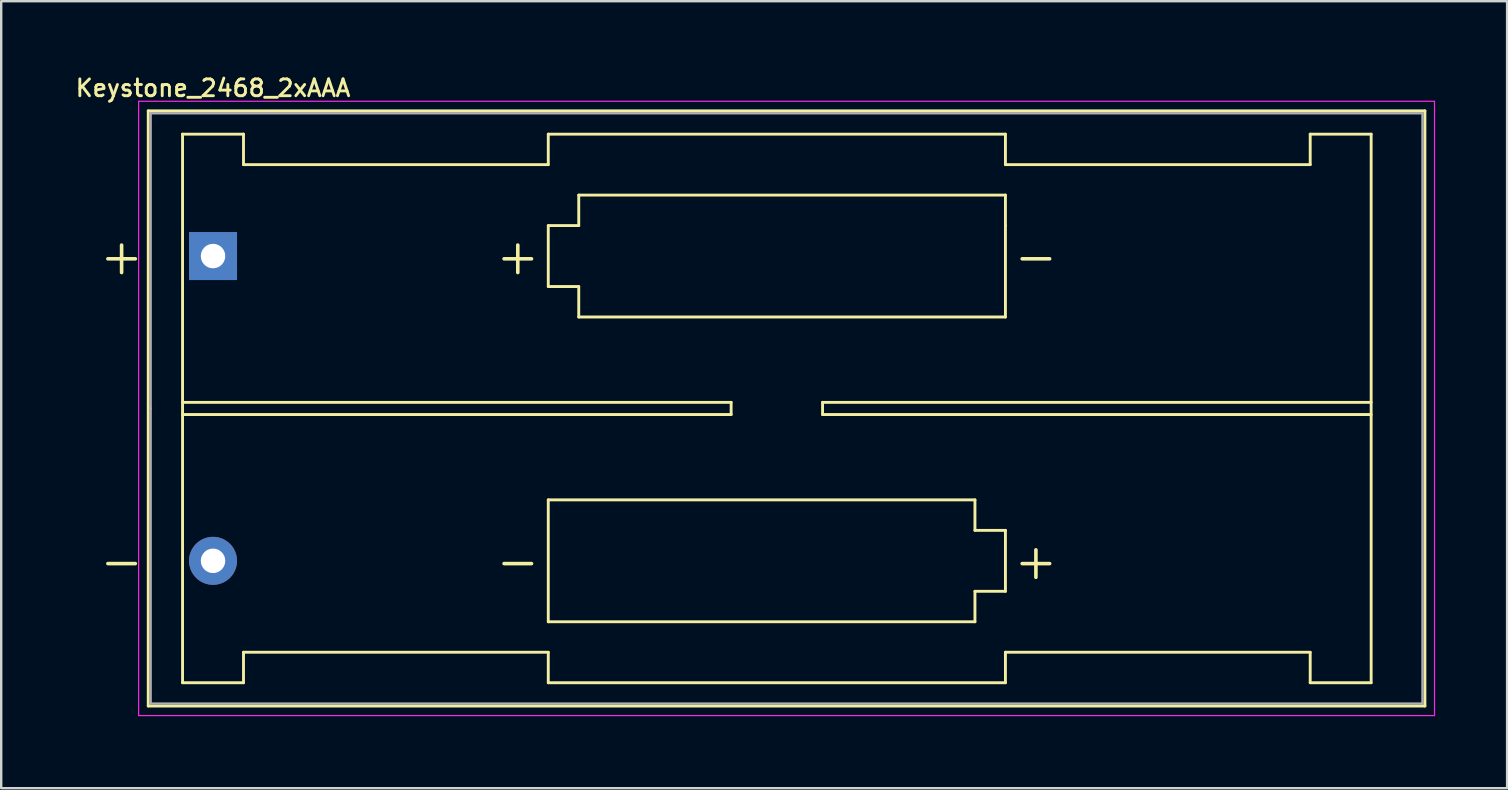
<source format=kicad_pcb>
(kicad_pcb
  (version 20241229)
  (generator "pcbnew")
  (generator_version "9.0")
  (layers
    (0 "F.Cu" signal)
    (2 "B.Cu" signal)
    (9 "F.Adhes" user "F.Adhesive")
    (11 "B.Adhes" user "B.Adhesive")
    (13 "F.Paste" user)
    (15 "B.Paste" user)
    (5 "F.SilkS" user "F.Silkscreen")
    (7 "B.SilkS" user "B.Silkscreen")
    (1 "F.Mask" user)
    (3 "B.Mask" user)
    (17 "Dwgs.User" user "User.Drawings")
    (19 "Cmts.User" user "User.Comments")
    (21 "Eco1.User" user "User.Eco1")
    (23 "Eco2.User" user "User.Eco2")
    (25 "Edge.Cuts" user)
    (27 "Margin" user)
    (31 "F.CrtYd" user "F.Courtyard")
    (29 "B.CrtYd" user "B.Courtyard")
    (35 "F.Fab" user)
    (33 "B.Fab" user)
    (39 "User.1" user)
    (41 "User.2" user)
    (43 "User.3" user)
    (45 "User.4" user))
  (footprint "Keystone_2468_2xAAA"
    (layer "F.Cu")
    (at 5.827 7.62)
    (property "Reference" "Keystone_2468_2xAAA" (at 0 -7 180) (layer "F.SilkS") (effects (font (size 0.7 0.7) (thickness 0.12))))
    (attr through_hole)
    (fp_line (start -2.7 -6.05) (end -2.7 18.75) (stroke (width 0.12) (type solid)) (layer "F.SilkS"))
    (fp_line (start -2.7 18.75) (end 50.5 18.75) (stroke (width 0.12) (type solid)) (layer "F.SilkS"))
    (fp_line (start -1.27 -5.08) (end -1.27 17.78) (stroke (width 0.12) (type solid)) (layer "F.SilkS"))
    (fp_line (start -1.27 6.096) (end 21.59 6.096) (stroke (width 0.12) (type solid)) (layer "F.SilkS"))
    (fp_line (start -1.27 17.78) (end 1.27 17.78) (stroke (width 0.12) (type solid)) (layer "F.SilkS"))
    (fp_line (start 1.27 -5.08) (end -1.27 -5.08) (stroke (width 0.12) (type solid)) (layer "F.SilkS"))
    (fp_line (start 1.27 -3.81) (end 1.27 -5.08) (stroke (width 0.12) (type solid)) (layer "F.SilkS"))
    (fp_line (start 1.27 -3.81) (end 13.97 -3.81) (stroke (width 0.12) (type solid)) (layer "F.SilkS"))
    (fp_line (start 1.27 16.51) (end 13.97 16.51) (stroke (width 0.12) (type solid)) (layer "F.SilkS"))
    (fp_line (start 1.27 17.78) (end 1.27 16.51) (stroke (width 0.12) (type solid)) (layer "F.SilkS"))
    (fp_line (start 13.97 -5.08) (end 13.97 -3.81) (stroke (width 0.12) (type solid)) (layer "F.SilkS"))
    (fp_line (start 13.97 -1.27) (end 15.24 -1.27) (stroke (width 0.12) (type solid)) (layer "F.SilkS"))
    (fp_line (start 13.97 1.27) (end 13.97 -1.27) (stroke (width 0.12) (type solid)) (layer "F.SilkS"))
    (fp_line (start 13.97 10.16) (end 31.75 10.16) (stroke (width 0.12) (type solid)) (layer "F.SilkS"))
    (fp_line (start 13.97 15.24) (end 13.97 10.16) (stroke (width 0.12) (type solid)) (layer "F.SilkS"))
    (fp_line (start 13.97 16.51) (end 13.97 17.78) (stroke (width 0.12) (type solid)) (layer "F.SilkS"))
    (fp_line (start 13.97 17.78) (end 33.02 17.78) (stroke (width 0.12) (type solid)) (layer "F.SilkS"))
    (fp_line (start 15.24 -2.54) (end 33.02 -2.54) (stroke (width 0.12) (type solid)) (layer "F.SilkS"))
    (fp_line (start 15.24 -1.27) (end 15.24 -2.54) (stroke (width 0.12) (type solid)) (layer "F.SilkS"))
    (fp_line (start 15.24 1.27) (end 13.97 1.27) (stroke (width 0.12) (type solid)) (layer "F.SilkS"))
    (fp_line (start 15.24 2.54) (end 15.24 1.27) (stroke (width 0.12) (type solid)) (layer "F.SilkS"))
    (fp_line (start 21.59 6.096) (end 21.59 6.604) (stroke (width 0.12) (type solid)) (layer "F.SilkS"))
    (fp_line (start 21.59 6.604) (end -1.27 6.604) (stroke (width 0.12) (type solid)) (layer "F.SilkS"))
    (fp_line (start 25.4 6.096) (end 25.4 6.604) (stroke (width 0.12) (type solid)) (layer "F.SilkS"))
    (fp_line (start 25.4 6.604) (end 48.26 6.604) (stroke (width 0.12) (type solid)) (layer "F.SilkS"))
    (fp_line (start 31.75 10.16) (end 31.75 11.43) (stroke (width 0.12) (type solid)) (layer "F.SilkS"))
    (fp_line (start 31.75 11.43) (end 33.02 11.43) (stroke (width 0.12) (type solid)) (layer "F.SilkS"))
    (fp_line (start 31.75 13.97) (end 31.75 15.24) (stroke (width 0.12) (type solid)) (layer "F.SilkS"))
    (fp_line (start 31.75 15.24) (end 13.97 15.24) (stroke (width 0.12) (type solid)) (layer "F.SilkS"))
    (fp_line (start 33.02 -5.08) (end 13.97 -5.08) (stroke (width 0.12) (type solid)) (layer "F.SilkS"))
    (fp_line (start 33.02 -3.81) (end 33.02 -5.08) (stroke (width 0.12) (type solid)) (layer "F.SilkS"))
    (fp_line (start 33.02 -2.54) (end 33.02 -1.27) (stroke (width 0.12) (type solid)) (layer "F.SilkS"))
    (fp_line (start 33.02 -1.27) (end 33.02 2.54) (stroke (width 0.12) (type solid)) (layer "F.SilkS"))
    (fp_line (start 33.02 2.54) (end 15.24 2.54) (stroke (width 0.12) (type solid)) (layer "F.SilkS"))
    (fp_line (start 33.02 11.43) (end 33.02 13.97) (stroke (width 0.12) (type solid)) (layer "F.SilkS"))
    (fp_line (start 33.02 13.97) (end 31.75 13.97) (stroke (width 0.12) (type solid)) (layer "F.SilkS"))
    (fp_line (start 33.02 17.78) (end 33.02 16.51) (stroke (width 0.12) (type solid)) (layer "F.SilkS"))
    (fp_line (start 45.72 -5.08) (end 45.72 -3.81) (stroke (width 0.12) (type solid)) (layer "F.SilkS"))
    (fp_line (start 45.72 -3.81) (end 33.02 -3.81) (stroke (width 0.12) (type solid)) (layer "F.SilkS"))
    (fp_line (start 45.72 16.51) (end 33.02 16.51) (stroke (width 0.12) (type solid)) (layer "F.SilkS"))
    (fp_line (start 45.72 17.78) (end 45.72 16.51) (stroke (width 0.12) (type solid)) (layer "F.SilkS"))
    (fp_line (start 48.26 -5.08) (end 45.72 -5.08) (stroke (width 0.12) (type solid)) (layer "F.SilkS"))
    (fp_line (start 48.26 -5.08) (end 48.26 17.78) (stroke (width 0.12) (type solid)) (layer "F.SilkS"))
    (fp_line (start 48.26 6.096) (end 25.4 6.096) (stroke (width 0.12) (type solid)) (layer "F.SilkS"))
    (fp_line (start 48.26 17.78) (end 45.72 17.78) (stroke (width 0.12) (type solid)) (layer "F.SilkS"))
    (fp_line (start 50.5 -6.05) (end -2.7 -6.05) (stroke (width 0.12) (type solid)) (layer "F.SilkS"))
    (fp_line (start 50.5 18.75) (end 50.5 -6.05) (stroke (width 0.12) (type solid)) (layer "F.SilkS"))
    (fp_line (start -3.1 -6.45) (end -3.1 19.15) (stroke (width 0.05) (type solid)) (layer "F.CrtYd"))
    (fp_line (start -3.1 19.15) (end 50.9 19.15) (stroke (width 0.05) (type solid)) (layer "F.CrtYd"))
    (fp_line (start 50.9 -6.45) (end -3.1 -6.45) (stroke (width 0.05) (type solid)) (layer "F.CrtYd"))
    (fp_line (start 50.9 19.15) (end 50.9 -6.45) (stroke (width 0.05) (type solid)) (layer "F.CrtYd"))
    (fp_line (start -2.6 -5.95) (end 50.4 -5.95) (stroke (width 0.1) (type solid)) (layer "F.Fab"))
    (fp_line (start -2.6 6.35) (end -2.6 -5.95) (stroke (width 0.1) (type solid)) (layer "F.Fab"))
    (fp_line (start -2.6 18.65) (end -2.6 6.35) (stroke (width 0.1) (type solid)) (layer "F.Fab"))
    (fp_line (start -2.6 18.65) (end 50.4 18.65) (stroke (width 0.1) (type solid)) (layer "F.Fab"))
    (fp_line (start 50.4 18.65) (end 50.4 -5.95) (stroke (width 0.1) (type solid)) (layer "F.Fab"))
    (fp_text user "-" (at 34.29 0 0) (layer "F.SilkS") (effects (font (size 1.5 1.5) (thickness 0.15))))
    (fp_text user "-" (at -3.81 12.7 0) (layer "F.SilkS") (effects (font (size 1.5 1.5) (thickness 0.15))))
    (fp_text user "+" (at -3.81 0 0) (layer "F.SilkS") (effects (font (size 1.5 1.5) (thickness 0.15))))
    (fp_text user "-" (at 12.7 12.7 0) (layer "F.SilkS") (effects (font (size 1.5 1.5) (thickness 0.15))))
    (fp_text user "+" (at 34.29 12.7 0) (layer "F.SilkS") (effects (font (size 1.5 1.5) (thickness 0.15))))
    (fp_text user "+" (at 12.7 0 0) (layer "F.SilkS") (effects (font (size 1.5 1.5) (thickness 0.15))))
    (pad "1" thru_hole rect (at 0 0) (size 2 2) (drill 1.02) (layers "*.Cu" "*.Mask"))
    (pad "2" thru_hole circle (at 0 12.7) (size 2 2) (drill 1.02) (layers "*.Cu" "*.Mask")))
  (gr_rect
    (start -3 -3)
    (end 59.752 29.795)
    (stroke (width 0.1) (type default))
    (fill no)
    (layer "Edge.Cuts")))
</source>
